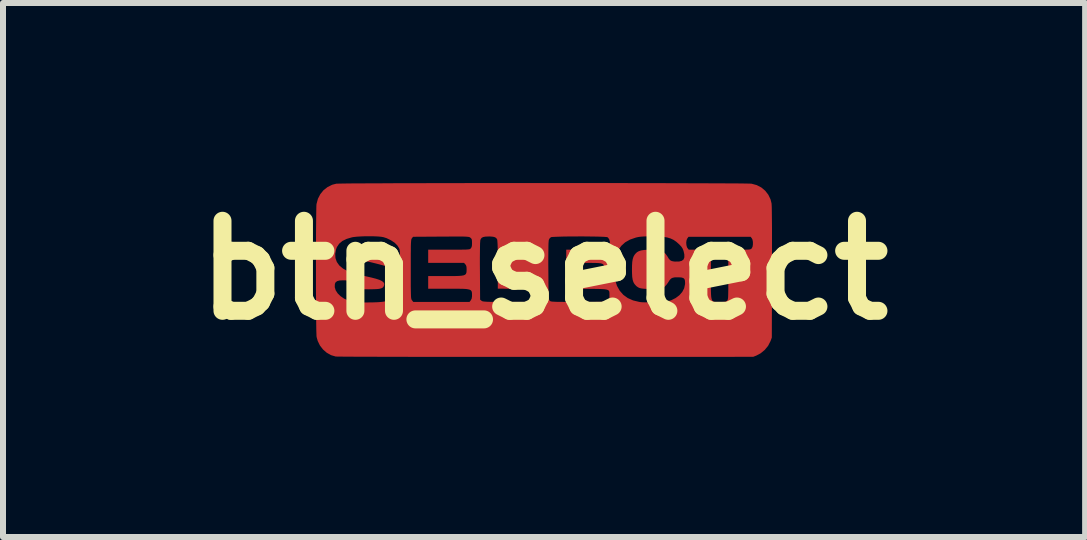
<source format=kicad_pcb>
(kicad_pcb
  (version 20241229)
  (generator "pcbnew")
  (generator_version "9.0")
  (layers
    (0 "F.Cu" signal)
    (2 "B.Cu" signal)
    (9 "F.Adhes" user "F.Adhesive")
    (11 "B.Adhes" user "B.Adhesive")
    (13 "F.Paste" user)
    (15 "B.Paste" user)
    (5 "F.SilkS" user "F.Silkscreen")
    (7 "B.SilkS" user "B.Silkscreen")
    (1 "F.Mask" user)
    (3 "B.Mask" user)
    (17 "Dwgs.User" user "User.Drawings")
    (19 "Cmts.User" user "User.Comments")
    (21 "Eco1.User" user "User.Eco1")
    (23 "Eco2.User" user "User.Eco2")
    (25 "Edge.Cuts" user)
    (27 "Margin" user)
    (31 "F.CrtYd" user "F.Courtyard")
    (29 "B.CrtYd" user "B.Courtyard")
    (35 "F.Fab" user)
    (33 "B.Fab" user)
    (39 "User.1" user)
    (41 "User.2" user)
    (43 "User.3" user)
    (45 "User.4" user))
  (footprint "btn_select"
    (layer "F.Cu")
    (at 6.014 1.45)
    (property "Reference" "btn_select" (at 0 0 0) (layer "F.SilkS") (effects (font (size 1.5 1.5) (thickness 0.3))))
    (attr board_only exclude_from_pos_files exclude_from_bom)
    (fp_poly (pts (xy 0.153 -1.45) (xy 0.382 -1.45) (xy 0.609 -1.45) (xy 0.834 -1.45) (xy 1.055 -1.45) (xy 1.272 -1.45) (xy 1.485 -1.449) (xy 1.691 -1.449) (xy 1.89 -1.449) (xy 2.082 -1.448) (xy 2.265 -1.448) (xy 2.438 -1.447) (xy 2.601 -1.447) (xy 2.753 -1.446) (xy 2.893 -1.446) (xy 3.019 -1.445) (xy 3.131 -1.444) (xy 3.228 -1.444) (xy 3.31 -1.443) (xy 3.375 -1.442) (xy 3.422 -1.441) (xy 3.451 -1.44) (xy 3.459 -1.439) (xy 3.544 -1.416) (xy 3.621 -1.376) (xy 3.685 -1.322) (xy 3.737 -1.255) (xy 3.774 -1.178) (xy 3.791 -1.109) (xy 3.792 -1.088) (xy 3.794 -1.048) (xy 3.795 -0.988) (xy 3.796 -0.911) (xy 3.797 -0.816) (xy 3.798 -0.705) (xy 3.798 -0.577) (xy 3.798 -0.434) (xy 3.798 -0.276) (xy 3.798 -0.104) (xy 3.798 0.04) (xy 3.795 1.125) (xy 3.773 1.184) (xy 3.733 1.262) (xy 3.677 1.33) (xy 3.609 1.386) (xy 3.54 1.423) (xy 3.485 1.445) (xy 0.03 1.446) (xy -0.232 1.446) (xy -0.489 1.446) (xy -0.741 1.446) (xy -0.986 1.446) (xy -1.224 1.446) (xy -1.454 1.446) (xy -1.676 1.446) (xy -1.888 1.446) (xy -2.09 1.446) (xy -2.282 1.445) (xy -2.462 1.445) (xy -2.629 1.445) (xy -2.784 1.444) (xy -2.925 1.444) (xy -3.051 1.443) (xy -3.163 1.443) (xy -3.258 1.442) (xy -3.337 1.442) (xy -3.398 1.441) (xy -3.441 1.441) (xy -3.466 1.44) (xy -3.471 1.44) (xy -3.549 1.417) (xy -3.62 1.377) (xy -3.683 1.322) (xy -3.734 1.256) (xy -3.771 1.18) (xy -3.789 1.115) (xy -3.791 1.096) (xy -3.792 1.059) (xy -3.794 1.005) (xy -3.795 0.935) (xy -3.796 0.853) (xy -3.797 0.758) (xy -3.798 0.654) (xy -3.799 0.54) (xy -3.799 0.42) (xy -3.8 0.295) (xy -3.8 0.284) (xy -3.487 0.284) (xy -3.471 0.337) (xy -3.438 0.388) (xy -3.391 0.434) (xy -3.332 0.475) (xy -3.261 0.507) (xy -3.233 0.516) (xy -3.204 0.524) (xy -3.177 0.53) (xy -3.148 0.534) (xy -3.113 0.537) (xy -3.069 0.538) (xy -3.011 0.539) (xy -2.95 0.539) (xy -2.852 0.538) (xy -2.77 0.535) (xy -2.705 0.53) (xy -2.666 0.525) (xy -2.575 0.502) (xy -2.5 0.468) (xy -2.443 0.423) (xy -2.402 0.367) (xy -2.378 0.301) (xy -2.371 0.226) (xy -2.378 0.157) (xy -2.401 0.098) (xy -2.439 0.048) (xy -2.494 0.003) (xy -2.527 -0.015) (xy -2.22 -0.015) (xy -2.22 0.097) (xy -2.22 0.19) (xy -2.22 0.268) (xy -2.219 0.33) (xy -2.218 0.379) (xy -2.217 0.417) (xy -2.216 0.445) (xy -2.214 0.466) (xy -2.211 0.48) (xy -2.208 0.49) (xy -2.204 0.498) (xy -2.199 0.504) (xy -2.179 0.53) (xy -1.71 0.53) (xy -1.241 0.53) (xy -1.221 0.504) (xy -1.206 0.476) (xy -1.2 0.438) (xy -1.2 0.424) (xy -1.2 0.396) (xy -1.202 0.372) (xy -1.207 0.354) (xy -1.217 0.339) (xy -1.234 0.328) (xy -1.26 0.321) (xy -1.297 0.315) (xy -1.346 0.312) (xy -1.409 0.311) (xy -1.489 0.31) (xy -1.587 0.31) (xy -1.6 0.31) (xy -1.93 0.31) (xy -1.93 0.205) (xy -1.93 0.1) (xy -1.645 0.1) (xy -1.551 0.1) (xy -1.476 0.099) (xy -1.416 0.097) (xy -1.371 0.093) (xy -1.338 0.087) (xy -1.316 0.077) (xy -1.302 0.064) (xy -1.294 0.046) (xy -1.291 0.023) (xy -1.29 -0.005) (xy -1.29 -0.018) (xy -1.292 -0.055) (xy -1.3 -0.08) (xy -1.312 -0.097) (xy -1.333 -0.12) (xy -1.632 -0.12) (xy -1.93 -0.12) (xy -1.93 -0.205) (xy -1.069 -0.205) (xy -1.069 -0.09) (xy -1.068 0.013) (xy -1.065 0.492) (xy -1.041 0.511) (xy -1.035 0.515) (xy -1.027 0.519) (xy -1.015 0.522) (xy -0.998 0.524) (xy -0.974 0.526) (xy -0.941 0.528) (xy -0.897 0.529) (xy -0.841 0.529) (xy -0.77 0.53) (xy -0.684 0.53) (xy -0.58 0.53) (xy -0.55 0.53) (xy -0.442 0.53) (xy -0.351 0.53) (xy -0.277 0.53) (xy -0.218 0.529) (xy -0.172 0.528) (xy -0.136 0.527) (xy -0.111 0.525) (xy -0.093 0.523) (xy -0.081 0.52) (xy -0.073 0.517) (xy -0.067 0.513) (xy -0.064 0.509) (xy -0.05 0.481) (xy -0.044 0.443) (xy -0.045 0.401) (xy -0.053 0.363) (xy -0.068 0.338) (xy -0.074 0.332) (xy -0.082 0.327) (xy -0.092 0.323) (xy -0.107 0.32) (xy -0.13 0.318) (xy -0.162 0.316) (xy -0.205 0.315) (xy -0.262 0.314) (xy -0.334 0.313) (xy -0.425 0.312) (xy -0.43 0.312) (xy -0.77 0.309) (xy -0.77 -0.084) (xy -0.77 -0.194) (xy -0.77 -0.205) (xy 0.071 -0.205) (xy 0.071 -0.09) (xy 0.072 0.011) (xy 0.073 0.122) (xy 0.073 0.214) (xy 0.074 0.289) (xy 0.075 0.35) (xy 0.076 0.397) (xy 0.078 0.434) (xy 0.08 0.46) (xy 0.082 0.479) (xy 0.085 0.492) (xy 0.088 0.501) (xy 0.093 0.507) (xy 0.094 0.509) (xy 0.099 0.514) (xy 0.105 0.518) (xy 0.114 0.521) (xy 0.127 0.524) (xy 0.147 0.526) (xy 0.175 0.527) (xy 0.214 0.529) (xy 0.263 0.529) (xy 0.327 0.53) (xy 0.405 0.53) (xy 0.501 0.53) (xy 0.582 0.53) (xy 0.691 0.53) (xy 0.781 0.53) (xy 0.855 0.53) (xy 0.915 0.529) (xy 0.962 0.528) (xy 0.997 0.527) (xy 1.023 0.525) (xy 1.041 0.523) (xy 1.053 0.52) (xy 1.062 0.517) (xy 1.067 0.512) (xy 1.07 0.51) (xy 1.081 0.494) (xy 1.087 0.473) (xy 1.09 0.439) (xy 1.09 0.422) (xy 1.09 0.394) (xy 1.089 0.372) (xy 1.086 0.355) (xy 1.078 0.341) (xy 1.063 0.331) (xy 1.04 0.324) (xy 1.007 0.319) (xy 0.962 0.316) (xy 0.903 0.314) (xy 0.828 0.313) (xy 0.735 0.312) (xy 0.709 0.312) (xy 0.37 0.309) (xy 0.37 0.205) (xy 0.37 0.101) (xy 0.664 0.098) (xy 0.755 0.097) (xy 0.828 0.096) (xy 0.884 0.094) (xy 0.927 0.091) (xy 0.958 0.085) (xy 0.978 0.077) (xy 0.991 0.065) (xy 0.997 0.049) (xy 1 0.028) (xy 1 0.002) (xy 1 -0.011) (xy 1.17 -0.011) (xy 1.172 0.06) (xy 1.178 0.125) (xy 1.185 0.168) (xy 1.216 0.264) (xy 1.262 0.345) (xy 1.322 0.413) (xy 1.395 0.466) (xy 1.483 0.505) (xy 1.586 0.53) (xy 1.605 0.533) (xy 1.636 0.536) (xy 1.682 0.537) (xy 1.738 0.538) (xy 1.799 0.538) (xy 1.861 0.538) (xy 1.92 0.536) (xy 1.972 0.534) (xy 2.011 0.532) (xy 2.032 0.529) (xy 2.118 0.503) (xy 2.192 0.466) (xy 2.255 0.419) (xy 2.303 0.364) (xy 2.335 0.302) (xy 2.349 0.235) (xy 2.35 0.217) (xy 2.348 0.176) (xy 2.339 0.149) (xy 2.32 0.132) (xy 2.288 0.123) (xy 2.24 0.12) (xy 2.227 0.12) (xy 2.178 0.121) (xy 2.143 0.128) (xy 2.117 0.141) (xy 2.093 0.166) (xy 2.068 0.205) (xy 2.066 0.208) (xy 2.042 0.242) (xy 2.014 0.273) (xy 1.994 0.29) (xy 1.979 0.299) (xy 1.965 0.306) (xy 1.948 0.31) (xy 1.924 0.313) (xy 1.889 0.314) (xy 1.842 0.315) (xy 1.791 0.314) (xy 1.72 0.314) (xy 1.665 0.311) (xy 1.624 0.306) (xy 1.592 0.299) (xy 1.567 0.287) (xy 1.544 0.271) (xy 1.531 0.259) (xy 1.507 0.232) (xy 1.489 0.201) (xy 1.477 0.163) (xy 1.469 0.113) (xy 1.466 0.05) (xy 1.465 0) (xy 1.466 -0.077) (xy 1.47 -0.138) (xy 1.478 -0.185) (xy 1.49 -0.222) (xy 1.507 -0.253) (xy 1.524 -0.274) (xy 1.549 -0.298) (xy 1.579 -0.315) (xy 1.616 -0.327) (xy 1.664 -0.335) (xy 1.726 -0.339) (xy 1.794 -0.34) (xy 1.85 -0.34) (xy 1.89 -0.339) (xy 1.918 -0.337) (xy 1.939 -0.333) (xy 1.955 -0.326) (xy 1.972 -0.316) (xy 1.982 -0.31) (xy 2.024 -0.272) (xy 2.053 -0.232) (xy 2.078 -0.191) (xy 2.101 -0.165) (xy 2.129 -0.15) (xy 2.167 -0.143) (xy 2.191 -0.142) (xy 2.252 -0.143) (xy 2.296 -0.155) (xy 2.325 -0.178) (xy 2.338 -0.214) (xy 2.337 -0.263) (xy 2.324 -0.32) (xy 2.31 -0.356) (xy 2.289 -0.389) (xy 2.255 -0.426) (xy 2.252 -0.429) (xy 2.217 -0.46) (xy 2.369 -0.46) (xy 2.372 -0.417) (xy 2.382 -0.38) (xy 2.391 -0.366) (xy 2.411 -0.34) (xy 2.596 -0.34) (xy 2.78 -0.34) (xy 2.78 0.069) (xy 2.78 0.177) (xy 2.78 0.267) (xy 2.78 0.34) (xy 2.782 0.399) (xy 2.785 0.444) (xy 2.791 0.477) (xy 2.799 0.501) (xy 2.811 0.517) (xy 2.826 0.525) (xy 2.846 0.53) (xy 2.871 0.531) (xy 2.901 0.53) (xy 2.926 0.53) (xy 2.974 0.53) (xy 3.006 0.528) (xy 3.028 0.524) (xy 3.042 0.517) (xy 3.05 0.51) (xy 3.055 0.504) (xy 3.059 0.497) (xy 3.062 0.487) (xy 3.065 0.471) (xy 3.067 0.447) (xy 3.068 0.415) (xy 3.069 0.372) (xy 3.07 0.315) (xy 3.07 0.244) (xy 3.07 0.157) (xy 3.07 0.075) (xy 3.07 -0.34) (xy 3.255 -0.34) (xy 3.32 -0.34) (xy 3.368 -0.341) (xy 3.402 -0.342) (xy 3.425 -0.344) (xy 3.44 -0.348) (xy 3.451 -0.353) (xy 3.459 -0.361) (xy 3.46 -0.362) (xy 3.474 -0.389) (xy 3.48 -0.427) (xy 3.48 -0.469) (xy 3.473 -0.507) (xy 3.461 -0.531) (xy 3.442 -0.555) (xy 2.925 -0.555) (xy 2.408 -0.555) (xy 2.389 -0.531) (xy 2.375 -0.501) (xy 2.369 -0.46) (xy 2.217 -0.46) (xy 2.206 -0.47) (xy 2.159 -0.503) (xy 2.108 -0.527) (xy 2.051 -0.544) (xy 1.983 -0.555) (xy 1.902 -0.561) (xy 1.805 -0.563) (xy 1.79 -0.563) (xy 1.718 -0.562) (xy 1.662 -0.56) (xy 1.618 -0.557) (xy 1.581 -0.553) (xy 1.547 -0.546) (xy 1.527 -0.541) (xy 1.432 -0.508) (xy 1.352 -0.463) (xy 1.288 -0.405) (xy 1.237 -0.333) (xy 1.2 -0.246) (xy 1.186 -0.199) (xy 1.177 -0.147) (xy 1.172 -0.082) (xy 1.17 -0.011) (xy 1 -0.011) (xy 1 -0.012) (xy 1 -0.041) (xy 0.999 -0.064) (xy 0.995 -0.083) (xy 0.985 -0.097) (xy 0.969 -0.106) (xy 0.943 -0.113) (xy 0.907 -0.117) (xy 0.857 -0.119) (xy 0.792 -0.12) (xy 0.71 -0.12) (xy 0.665 -0.12) (xy 0.37 -0.12) (xy 0.37 -0.23) (xy 0.37 -0.34) (xy 0.709 -0.34) (xy 0.806 -0.34) (xy 0.885 -0.34) (xy 0.947 -0.341) (xy 0.996 -0.344) (xy 1.032 -0.347) (xy 1.058 -0.353) (xy 1.075 -0.361) (xy 1.086 -0.371) (xy 1.092 -0.385) (xy 1.095 -0.402) (xy 1.097 -0.422) (xy 1.097 -0.471) (xy 1.086 -0.512) (xy 1.067 -0.54) (xy 1.054 -0.549) (xy 1.038 -0.551) (xy 1.004 -0.554) (xy 0.955 -0.556) (xy 0.894 -0.558) (xy 0.823 -0.559) (xy 0.745 -0.56) (xy 0.661 -0.561) (xy 0.576 -0.561) (xy 0.491 -0.56) (xy 0.408 -0.56) (xy 0.331 -0.559) (xy 0.262 -0.557) (xy 0.203 -0.555) (xy 0.157 -0.553) (xy 0.127 -0.551) (xy 0.115 -0.548) (xy 0.092 -0.527) (xy 0.079 -0.501) (xy 0.077 -0.48) (xy 0.074 -0.44) (xy 0.073 -0.381) (xy 0.072 -0.303) (xy 0.071 -0.205) (xy -0.77 -0.205) (xy -0.771 -0.288) (xy -0.772 -0.368) (xy -0.774 -0.43) (xy -0.777 -0.476) (xy -0.779 -0.502) (xy -0.78 -0.507) (xy -0.794 -0.531) (xy -0.816 -0.547) (xy -0.85 -0.556) (xy -0.899 -0.56) (xy -0.92 -0.56) (xy -0.975 -0.558) (xy -1.013 -0.551) (xy -1.039 -0.538) (xy -1.054 -0.517) (xy -1.061 -0.501) (xy -1.063 -0.481) (xy -1.066 -0.44) (xy -1.067 -0.381) (xy -1.068 -0.303) (xy -1.069 -0.205) (xy -1.93 -0.205) (xy -1.93 -0.23) (xy -1.93 -0.34) (xy -1.585 -0.34) (xy -1.493 -0.34) (xy -1.419 -0.34) (xy -1.361 -0.341) (xy -1.316 -0.341) (xy -1.283 -0.343) (xy -1.26 -0.345) (xy -1.244 -0.347) (xy -1.234 -0.351) (xy -1.227 -0.356) (xy -1.221 -0.361) (xy -1.22 -0.362) (xy -1.209 -0.379) (xy -1.202 -0.402) (xy -1.2 -0.437) (xy -1.2 -0.451) (xy -1.201 -0.488) (xy -1.204 -0.511) (xy -1.212 -0.526) (xy -1.227 -0.54) (xy -1.233 -0.544) (xy -1.241 -0.549) (xy -1.251 -0.552) (xy -1.266 -0.554) (xy -1.287 -0.556) (xy -1.316 -0.558) (xy -1.355 -0.559) (xy -1.405 -0.559) (xy -1.469 -0.559) (xy -1.548 -0.559) (xy -1.645 -0.558) (xy -1.718 -0.558) (xy -2.182 -0.555) (xy -2.201 -0.531) (xy -2.205 -0.525) (xy -2.209 -0.517) (xy -2.212 -0.506) (xy -2.214 -0.489) (xy -2.216 -0.466) (xy -2.218 -0.433) (xy -2.219 -0.391) (xy -2.219 -0.336) (xy -2.22 -0.267) (xy -2.22 -0.183) (xy -2.22 -0.082) (xy -2.22 -0.015) (xy -2.527 -0.015) (xy -2.553 -0.03) (xy -2.582 -0.044) (xy -2.613 -0.056) (xy -2.648 -0.069) (xy -2.69 -0.081) (xy -2.742 -0.095) (xy -2.805 -0.111) (xy -2.882 -0.13) (xy -2.976 -0.151) (xy -2.992 -0.155) (xy -3.069 -0.175) (xy -3.126 -0.196) (xy -3.165 -0.219) (xy -3.184 -0.244) (xy -3.186 -0.271) (xy -3.18 -0.287) (xy -3.168 -0.305) (xy -3.154 -0.318) (xy -3.134 -0.328) (xy -3.106 -0.334) (xy -3.067 -0.338) (xy -3.013 -0.339) (xy -2.943 -0.34) (xy -2.942 -0.34) (xy -2.869 -0.339) (xy -2.813 -0.337) (xy -2.771 -0.333) (xy -2.739 -0.325) (xy -2.715 -0.313) (xy -2.694 -0.295) (xy -2.674 -0.271) (xy -2.666 -0.26) (xy -2.637 -0.226) (xy -2.609 -0.206) (xy -2.593 -0.201) (xy -2.543 -0.192) (xy -2.495 -0.192) (xy -2.453 -0.201) (xy -2.422 -0.217) (xy -2.41 -0.23) (xy -2.402 -0.26) (xy -2.401 -0.299) (xy -2.406 -0.339) (xy -2.414 -0.363) (xy -2.444 -0.411) (xy -2.49 -0.457) (xy -2.551 -0.497) (xy -2.621 -0.531) (xy -2.673 -0.548) (xy -2.711 -0.555) (xy -2.765 -0.56) (xy -2.831 -0.563) (xy -2.903 -0.564) (xy -2.977 -0.564) (xy -3.05 -0.561) (xy -3.116 -0.557) (xy -3.172 -0.551) (xy -3.2 -0.546) (xy -3.288 -0.52) (xy -3.36 -0.485) (xy -3.414 -0.439) (xy -3.451 -0.383) (xy -3.464 -0.349) (xy -3.479 -0.271) (xy -3.475 -0.199) (xy -3.452 -0.135) (xy -3.411 -0.077) (xy -3.35 -0.026) (xy -3.272 0.017) (xy -3.19 0.049) (xy -3.157 0.058) (xy -3.11 0.071) (xy -3.053 0.084) (xy -2.993 0.098) (xy -2.965 0.104) (xy -2.873 0.125) (xy -2.8 0.144) (xy -2.744 0.162) (xy -2.704 0.181) (xy -2.678 0.2) (xy -2.664 0.22) (xy -2.662 0.243) (xy -2.666 0.258) (xy -2.676 0.279) (xy -2.691 0.294) (xy -2.715 0.305) (xy -2.749 0.313) (xy -2.796 0.317) (xy -2.858 0.319) (xy -2.92 0.32) (xy -2.998 0.319) (xy -3.059 0.316) (xy -3.105 0.311) (xy -3.14 0.303) (xy -3.165 0.291) (xy -3.185 0.276) (xy -3.195 0.263) (xy -3.215 0.238) (xy -3.24 0.209) (xy -3.247 0.203) (xy -3.264 0.186) (xy -3.281 0.176) (xy -3.302 0.171) (xy -3.336 0.17) (xy -3.349 0.17) (xy -3.407 0.173) (xy -3.447 0.184) (xy -3.473 0.204) (xy -3.485 0.231) (xy -3.487 0.284) (xy -3.8 0.284) (xy -3.8 0.166) (xy -3.8 0.035) (xy -3.8 -0.096) (xy -3.8 -0.227) (xy -3.8 -0.354) (xy -3.799 -0.476) (xy -3.799 -0.593) (xy -3.798 -0.702) (xy -3.797 -0.801) (xy -3.796 -0.889) (xy -3.795 -0.964) (xy -3.794 -1.025) (xy -3.793 -1.07) (xy -3.791 -1.098) (xy -3.79 -1.103) (xy -3.767 -1.189) (xy -3.727 -1.266) (xy -3.673 -1.332) (xy -3.606 -1.384) (xy -3.529 -1.422) (xy -3.459 -1.44) (xy -3.443 -1.44) (xy -3.408 -1.441) (xy -3.355 -1.442) (xy -3.284 -1.443) (xy -3.197 -1.444) (xy -3.095 -1.445) (xy -2.978 -1.445) (xy -2.847 -1.446) (xy -2.704 -1.446) (xy -2.548 -1.447) (xy -2.382 -1.448) (xy -2.205 -1.448) (xy -2.019 -1.448) (xy -1.824 -1.449) (xy -1.623 -1.449) (xy -1.414 -1.449) (xy -1.2 -1.45) (xy -0.981 -1.45) (xy -0.759 -1.45) (xy -0.533 -1.45) (xy -0.305 -1.45) (xy -0.076 -1.45)) (stroke (width 0) (type solid)) (fill yes) (layer "F.Cu"))
    (fp_poly (pts (xy 0.153 -1.45) (xy 0.382 -1.45) (xy 0.609 -1.45) (xy 0.834 -1.45) (xy 1.055 -1.45) (xy 1.272 -1.45) (xy 1.485 -1.449) (xy 1.691 -1.449) (xy 1.89 -1.449) (xy 2.082 -1.448) (xy 2.265 -1.448) (xy 2.438 -1.447) (xy 2.601 -1.447) (xy 2.753 -1.446) (xy 2.893 -1.446) (xy 3.019 -1.445) (xy 3.131 -1.444) (xy 3.228 -1.444) (xy 3.31 -1.443) (xy 3.375 -1.442) (xy 3.422 -1.441) (xy 3.451 -1.44) (xy 3.459 -1.439) (xy 3.544 -1.416) (xy 3.621 -1.376) (xy 3.685 -1.322) (xy 3.737 -1.255) (xy 3.774 -1.178) (xy 3.791 -1.109) (xy 3.792 -1.088) (xy 3.794 -1.048) (xy 3.795 -0.988) (xy 3.796 -0.911) (xy 3.797 -0.816) (xy 3.798 -0.705) (xy 3.798 -0.577) (xy 3.798 -0.434) (xy 3.798 -0.276) (xy 3.798 -0.104) (xy 3.798 0.04) (xy 3.795 1.125) (xy 3.773 1.184) (xy 3.733 1.262) (xy 3.677 1.33) (xy 3.609 1.386) (xy 3.54 1.423) (xy 3.485 1.445) (xy 0.03 1.446) (xy -0.232 1.446) (xy -0.489 1.446) (xy -0.741 1.446) (xy -0.986 1.446) (xy -1.224 1.446) (xy -1.454 1.446) (xy -1.676 1.446) (xy -1.888 1.446) (xy -2.09 1.446) (xy -2.282 1.445) (xy -2.462 1.445) (xy -2.629 1.445) (xy -2.784 1.444) (xy -2.925 1.444) (xy -3.051 1.443) (xy -3.163 1.443) (xy -3.258 1.442) (xy -3.337 1.442) (xy -3.398 1.441) (xy -3.441 1.441) (xy -3.466 1.44) (xy -3.471 1.44) (xy -3.549 1.417) (xy -3.62 1.377) (xy -3.683 1.322) (xy -3.734 1.256) (xy -3.771 1.18) (xy -3.789 1.115) (xy -3.791 1.096) (xy -3.792 1.059) (xy -3.794 1.005) (xy -3.795 0.935) (xy -3.796 0.853) (xy -3.797 0.758) (xy -3.798 0.654) (xy -3.799 0.54) (xy -3.799 0.42) (xy -3.8 0.295) (xy -3.8 0.284) (xy -3.487 0.284) (xy -3.471 0.337) (xy -3.438 0.388) (xy -3.391 0.434) (xy -3.332 0.475) (xy -3.261 0.507) (xy -3.233 0.516) (xy -3.204 0.524) (xy -3.177 0.53) (xy -3.148 0.534) (xy -3.113 0.537) (xy -3.069 0.538) (xy -3.011 0.539) (xy -2.95 0.539) (xy -2.852 0.538) (xy -2.77 0.535) (xy -2.705 0.53) (xy -2.666 0.525) (xy -2.575 0.502) (xy -2.5 0.468) (xy -2.443 0.423) (xy -2.402 0.367) (xy -2.378 0.301) (xy -2.371 0.226) (xy -2.378 0.157) (xy -2.401 0.098) (xy -2.439 0.048) (xy -2.494 0.003) (xy -2.527 -0.015) (xy -2.22 -0.015) (xy -2.22 0.097) (xy -2.22 0.19) (xy -2.22 0.268) (xy -2.219 0.33) (xy -2.218 0.379) (xy -2.217 0.417) (xy -2.216 0.445) (xy -2.214 0.466) (xy -2.211 0.48) (xy -2.208 0.49) (xy -2.204 0.498) (xy -2.199 0.504) (xy -2.179 0.53) (xy -1.71 0.53) (xy -1.241 0.53) (xy -1.221 0.504) (xy -1.206 0.476) (xy -1.2 0.438) (xy -1.2 0.424) (xy -1.2 0.396) (xy -1.202 0.372) (xy -1.207 0.354) (xy -1.217 0.339) (xy -1.234 0.328) (xy -1.26 0.321) (xy -1.297 0.315) (xy -1.346 0.312) (xy -1.409 0.311) (xy -1.489 0.31) (xy -1.587 0.31) (xy -1.6 0.31) (xy -1.93 0.31) (xy -1.93 0.205) (xy -1.93 0.1) (xy -1.645 0.1) (xy -1.551 0.1) (xy -1.476 0.099) (xy -1.416 0.097) (xy -1.371 0.093) (xy -1.338 0.087) (xy -1.316 0.077) (xy -1.302 0.064) (xy -1.294 0.046) (xy -1.291 0.023) (xy -1.29 -0.005) (xy -1.29 -0.018) (xy -1.292 -0.055) (xy -1.3 -0.08) (xy -1.312 -0.097) (xy -1.333 -0.12) (xy -1.632 -0.12) (xy -1.93 -0.12) (xy -1.93 -0.205) (xy -1.069 -0.205) (xy -1.069 -0.09) (xy -1.068 0.013) (xy -1.065 0.492) (xy -1.041 0.511) (xy -1.035 0.515) (xy -1.027 0.519) (xy -1.015 0.522) (xy -0.998 0.524) (xy -0.974 0.526) (xy -0.941 0.528) (xy -0.897 0.529) (xy -0.841 0.529) (xy -0.77 0.53) (xy -0.684 0.53) (xy -0.58 0.53) (xy -0.55 0.53) (xy -0.442 0.53) (xy -0.351 0.53) (xy -0.277 0.53) (xy -0.218 0.529) (xy -0.172 0.528) (xy -0.136 0.527) (xy -0.111 0.525) (xy -0.093 0.523) (xy -0.081 0.52) (xy -0.073 0.517) (xy -0.067 0.513) (xy -0.064 0.509) (xy -0.05 0.481) (xy -0.044 0.443) (xy -0.045 0.401) (xy -0.053 0.363) (xy -0.068 0.338) (xy -0.074 0.332) (xy -0.082 0.327) (xy -0.092 0.323) (xy -0.107 0.32) (xy -0.13 0.318) (xy -0.162 0.316) (xy -0.205 0.315) (xy -0.262 0.314) (xy -0.334 0.313) (xy -0.425 0.312) (xy -0.43 0.312) (xy -0.77 0.309) (xy -0.77 -0.084) (xy -0.77 -0.194) (xy -0.77 -0.205) (xy 0.071 -0.205) (xy 0.071 -0.09) (xy 0.072 0.011) (xy 0.073 0.122) (xy 0.073 0.214) (xy 0.074 0.289) (xy 0.075 0.35) (xy 0.076 0.397) (xy 0.078 0.434) (xy 0.08 0.46) (xy 0.082 0.479) (xy 0.085 0.492) (xy 0.088 0.501) (xy 0.093 0.507) (xy 0.094 0.509) (xy 0.099 0.514) (xy 0.105 0.518) (xy 0.114 0.521) (xy 0.127 0.524) (xy 0.147 0.526) (xy 0.175 0.527) (xy 0.214 0.529) (xy 0.263 0.529) (xy 0.327 0.53) (xy 0.405 0.53) (xy 0.501 0.53) (xy 0.582 0.53) (xy 0.691 0.53) (xy 0.781 0.53) (xy 0.855 0.53) (xy 0.915 0.529) (xy 0.962 0.528) (xy 0.997 0.527) (xy 1.023 0.525) (xy 1.041 0.523) (xy 1.053 0.52) (xy 1.062 0.517) (xy 1.067 0.512) (xy 1.07 0.51) (xy 1.081 0.494) (xy 1.087 0.473) (xy 1.09 0.439) (xy 1.09 0.422) (xy 1.09 0.394) (xy 1.089 0.372) (xy 1.086 0.355) (xy 1.078 0.341) (xy 1.063 0.331) (xy 1.04 0.324) (xy 1.007 0.319) (xy 0.962 0.316) (xy 0.903 0.314) (xy 0.828 0.313) (xy 0.735 0.312) (xy 0.709 0.312) (xy 0.37 0.309) (xy 0.37 0.205) (xy 0.37 0.101) (xy 0.664 0.098) (xy 0.755 0.097) (xy 0.828 0.096) (xy 0.884 0.094) (xy 0.927 0.091) (xy 0.958 0.085) (xy 0.978 0.077) (xy 0.991 0.065) (xy 0.997 0.049) (xy 1 0.028) (xy 1 0.002) (xy 1 -0.011) (xy 1.17 -0.011) (xy 1.172 0.06) (xy 1.178 0.125) (xy 1.185 0.168) (xy 1.216 0.264) (xy 1.262 0.345) (xy 1.322 0.413) (xy 1.395 0.466) (xy 1.483 0.505) (xy 1.586 0.53) (xy 1.605 0.533) (xy 1.636 0.536) (xy 1.682 0.537) (xy 1.738 0.538) (xy 1.799 0.538) (xy 1.861 0.538) (xy 1.92 0.536) (xy 1.972 0.534) (xy 2.011 0.532) (xy 2.032 0.529) (xy 2.118 0.503) (xy 2.192 0.466) (xy 2.255 0.419) (xy 2.303 0.364) (xy 2.335 0.302) (xy 2.349 0.235) (xy 2.35 0.217) (xy 2.348 0.176) (xy 2.339 0.149) (xy 2.32 0.132) (xy 2.288 0.123) (xy 2.24 0.12) (xy 2.227 0.12) (xy 2.178 0.121) (xy 2.143 0.128) (xy 2.117 0.141) (xy 2.093 0.166) (xy 2.068 0.205) (xy 2.066 0.208) (xy 2.042 0.242) (xy 2.014 0.273) (xy 1.994 0.29) (xy 1.979 0.299) (xy 1.965 0.306) (xy 1.948 0.31) (xy 1.924 0.313) (xy 1.889 0.314) (xy 1.842 0.315) (xy 1.791 0.314) (xy 1.72 0.314) (xy 1.665 0.311) (xy 1.624 0.306) (xy 1.592 0.299) (xy 1.567 0.287) (xy 1.544 0.271) (xy 1.531 0.259) (xy 1.507 0.232) (xy 1.489 0.201) (xy 1.477 0.163) (xy 1.469 0.113) (xy 1.466 0.05) (xy 1.465 0) (xy 1.466 -0.077) (xy 1.47 -0.138) (xy 1.478 -0.185) (xy 1.49 -0.222) (xy 1.507 -0.253) (xy 1.524 -0.274) (xy 1.549 -0.298) (xy 1.579 -0.315) (xy 1.616 -0.327) (xy 1.664 -0.335) (xy 1.726 -0.339) (xy 1.794 -0.34) (xy 1.85 -0.34) (xy 1.89 -0.339) (xy 1.918 -0.337) (xy 1.939 -0.333) (xy 1.955 -0.326) (xy 1.972 -0.316) (xy 1.982 -0.31) (xy 2.024 -0.272) (xy 2.053 -0.232) (xy 2.078 -0.191) (xy 2.101 -0.165) (xy 2.129 -0.15) (xy 2.167 -0.143) (xy 2.191 -0.142) (xy 2.252 -0.143) (xy 2.296 -0.155) (xy 2.325 -0.178) (xy 2.338 -0.214) (xy 2.337 -0.263) (xy 2.324 -0.32) (xy 2.31 -0.356) (xy 2.289 -0.389) (xy 2.255 -0.426) (xy 2.252 -0.429) (xy 2.217 -0.46) (xy 2.369 -0.46) (xy 2.372 -0.417) (xy 2.382 -0.38) (xy 2.391 -0.366) (xy 2.411 -0.34) (xy 2.596 -0.34) (xy 2.78 -0.34) (xy 2.78 0.069) (xy 2.78 0.177) (xy 2.78 0.267) (xy 2.78 0.34) (xy 2.782 0.399) (xy 2.785 0.444) (xy 2.791 0.477) (xy 2.799 0.501) (xy 2.811 0.517) (xy 2.826 0.525) (xy 2.846 0.53) (xy 2.871 0.531) (xy 2.901 0.53) (xy 2.926 0.53) (xy 2.974 0.53) (xy 3.006 0.528) (xy 3.028 0.524) (xy 3.042 0.517) (xy 3.05 0.51) (xy 3.055 0.504) (xy 3.059 0.497) (xy 3.062 0.487) (xy 3.065 0.471) (xy 3.067 0.447) (xy 3.068 0.415) (xy 3.069 0.372) (xy 3.07 0.315) (xy 3.07 0.244) (xy 3.07 0.157) (xy 3.07 0.075) (xy 3.07 -0.34) (xy 3.255 -0.34) (xy 3.32 -0.34) (xy 3.368 -0.341) (xy 3.402 -0.342) (xy 3.425 -0.344) (xy 3.44 -0.348) (xy 3.451 -0.353) (xy 3.459 -0.361) (xy 3.46 -0.362) (xy 3.474 -0.389) (xy 3.48 -0.427) (xy 3.48 -0.469) (xy 3.473 -0.507) (xy 3.461 -0.531) (xy 3.442 -0.555) (xy 2.925 -0.555) (xy 2.408 -0.555) (xy 2.389 -0.531) (xy 2.375 -0.501) (xy 2.369 -0.46) (xy 2.217 -0.46) (xy 2.206 -0.47) (xy 2.159 -0.503) (xy 2.108 -0.527) (xy 2.051 -0.544) (xy 1.983 -0.555) (xy 1.902 -0.561) (xy 1.805 -0.563) (xy 1.79 -0.563) (xy 1.718 -0.562) (xy 1.662 -0.56) (xy 1.618 -0.557) (xy 1.581 -0.553) (xy 1.547 -0.546) (xy 1.527 -0.541) (xy 1.432 -0.508) (xy 1.352 -0.463) (xy 1.288 -0.405) (xy 1.237 -0.333) (xy 1.2 -0.246) (xy 1.186 -0.199) (xy 1.177 -0.147) (xy 1.172 -0.082) (xy 1.17 -0.011) (xy 1 -0.011) (xy 1 -0.012) (xy 1 -0.041) (xy 0.999 -0.064) (xy 0.995 -0.083) (xy 0.985 -0.097) (xy 0.969 -0.106) (xy 0.943 -0.113) (xy 0.907 -0.117) (xy 0.857 -0.119) (xy 0.792 -0.12) (xy 0.71 -0.12) (xy 0.665 -0.12) (xy 0.37 -0.12) (xy 0.37 -0.23) (xy 0.37 -0.34) (xy 0.709 -0.34) (xy 0.806 -0.34) (xy 0.885 -0.34) (xy 0.947 -0.341) (xy 0.996 -0.344) (xy 1.032 -0.347) (xy 1.058 -0.353) (xy 1.075 -0.361) (xy 1.086 -0.371) (xy 1.092 -0.385) (xy 1.095 -0.402) (xy 1.097 -0.422) (xy 1.097 -0.471) (xy 1.086 -0.512) (xy 1.067 -0.54) (xy 1.054 -0.549) (xy 1.038 -0.551) (xy 1.004 -0.554) (xy 0.955 -0.556) (xy 0.894 -0.558) (xy 0.823 -0.559) (xy 0.745 -0.56) (xy 0.661 -0.561) (xy 0.576 -0.561) (xy 0.491 -0.56) (xy 0.408 -0.56) (xy 0.331 -0.559) (xy 0.262 -0.557) (xy 0.203 -0.555) (xy 0.157 -0.553) (xy 0.127 -0.551) (xy 0.115 -0.548) (xy 0.092 -0.527) (xy 0.079 -0.501) (xy 0.077 -0.48) (xy 0.074 -0.44) (xy 0.073 -0.381) (xy 0.072 -0.303) (xy 0.071 -0.205) (xy -0.77 -0.205) (xy -0.771 -0.288) (xy -0.772 -0.368) (xy -0.774 -0.43) (xy -0.777 -0.476) (xy -0.779 -0.502) (xy -0.78 -0.507) (xy -0.794 -0.531) (xy -0.816 -0.547) (xy -0.85 -0.556) (xy -0.899 -0.56) (xy -0.92 -0.56) (xy -0.975 -0.558) (xy -1.013 -0.551) (xy -1.039 -0.538) (xy -1.054 -0.517) (xy -1.061 -0.501) (xy -1.063 -0.481) (xy -1.066 -0.44) (xy -1.067 -0.381) (xy -1.068 -0.303) (xy -1.069 -0.205) (xy -1.93 -0.205) (xy -1.93 -0.23) (xy -1.93 -0.34) (xy -1.585 -0.34) (xy -1.493 -0.34) (xy -1.419 -0.34) (xy -1.361 -0.341) (xy -1.316 -0.341) (xy -1.283 -0.343) (xy -1.26 -0.345) (xy -1.244 -0.347) (xy -1.234 -0.351) (xy -1.227 -0.356) (xy -1.221 -0.361) (xy -1.22 -0.362) (xy -1.209 -0.379) (xy -1.202 -0.402) (xy -1.2 -0.437) (xy -1.2 -0.451) (xy -1.201 -0.488) (xy -1.204 -0.511) (xy -1.212 -0.526) (xy -1.227 -0.54) (xy -1.233 -0.544) (xy -1.241 -0.549) (xy -1.251 -0.552) (xy -1.266 -0.554) (xy -1.287 -0.556) (xy -1.316 -0.558) (xy -1.355 -0.559) (xy -1.405 -0.559) (xy -1.469 -0.559) (xy -1.548 -0.559) (xy -1.645 -0.558) (xy -1.718 -0.558) (xy -2.182 -0.555) (xy -2.201 -0.531) (xy -2.205 -0.525) (xy -2.209 -0.517) (xy -2.212 -0.506) (xy -2.214 -0.489) (xy -2.216 -0.466) (xy -2.218 -0.433) (xy -2.219 -0.391) (xy -2.219 -0.336) (xy -2.22 -0.267) (xy -2.22 -0.183) (xy -2.22 -0.082) (xy -2.22 -0.015) (xy -2.527 -0.015) (xy -2.553 -0.03) (xy -2.582 -0.044) (xy -2.613 -0.056) (xy -2.648 -0.069) (xy -2.69 -0.081) (xy -2.742 -0.095) (xy -2.805 -0.111) (xy -2.882 -0.13) (xy -2.976 -0.151) (xy -2.992 -0.155) (xy -3.069 -0.175) (xy -3.126 -0.196) (xy -3.165 -0.219) (xy -3.184 -0.244) (xy -3.186 -0.271) (xy -3.18 -0.287) (xy -3.168 -0.305) (xy -3.154 -0.318) (xy -3.134 -0.328) (xy -3.106 -0.334) (xy -3.067 -0.338) (xy -3.013 -0.339) (xy -2.943 -0.34) (xy -2.942 -0.34) (xy -2.869 -0.339) (xy -2.813 -0.337) (xy -2.771 -0.333) (xy -2.739 -0.325) (xy -2.715 -0.313) (xy -2.694 -0.295) (xy -2.674 -0.271) (xy -2.666 -0.26) (xy -2.637 -0.226) (xy -2.609 -0.206) (xy -2.593 -0.201) (xy -2.543 -0.192) (xy -2.495 -0.192) (xy -2.453 -0.201) (xy -2.422 -0.217) (xy -2.41 -0.23) (xy -2.402 -0.26) (xy -2.401 -0.299) (xy -2.406 -0.339) (xy -2.414 -0.363) (xy -2.444 -0.411) (xy -2.49 -0.457) (xy -2.551 -0.497) (xy -2.621 -0.531) (xy -2.673 -0.548) (xy -2.711 -0.555) (xy -2.765 -0.56) (xy -2.831 -0.563) (xy -2.903 -0.564) (xy -2.977 -0.564) (xy -3.05 -0.561) (xy -3.116 -0.557) (xy -3.172 -0.551) (xy -3.2 -0.546) (xy -3.288 -0.52) (xy -3.36 -0.485) (xy -3.414 -0.439) (xy -3.451 -0.383) (xy -3.464 -0.349) (xy -3.479 -0.271) (xy -3.475 -0.199) (xy -3.452 -0.135) (xy -3.411 -0.077) (xy -3.35 -0.026) (xy -3.272 0.017) (xy -3.19 0.049) (xy -3.157 0.058) (xy -3.11 0.071) (xy -3.053 0.084) (xy -2.993 0.098) (xy -2.965 0.104) (xy -2.873 0.125) (xy -2.8 0.144) (xy -2.744 0.162) (xy -2.704 0.181) (xy -2.678 0.2) (xy -2.664 0.22) (xy -2.662 0.243) (xy -2.666 0.258) (xy -2.676 0.279) (xy -2.691 0.294) (xy -2.715 0.305) (xy -2.749 0.313) (xy -2.796 0.317) (xy -2.858 0.319) (xy -2.92 0.32) (xy -2.998 0.319) (xy -3.059 0.316) (xy -3.105 0.311) (xy -3.14 0.303) (xy -3.165 0.291) (xy -3.185 0.276) (xy -3.195 0.263) (xy -3.215 0.238) (xy -3.24 0.209) (xy -3.247 0.203) (xy -3.264 0.186) (xy -3.281 0.176) (xy -3.302 0.171) (xy -3.336 0.17) (xy -3.349 0.17) (xy -3.407 0.173) (xy -3.447 0.184) (xy -3.473 0.204) (xy -3.485 0.231) (xy -3.487 0.284) (xy -3.8 0.284) (xy -3.8 0.166) (xy -3.8 0.035) (xy -3.8 -0.096) (xy -3.8 -0.227) (xy -3.8 -0.354) (xy -3.799 -0.476) (xy -3.799 -0.593) (xy -3.798 -0.702) (xy -3.797 -0.801) (xy -3.796 -0.889) (xy -3.795 -0.964) (xy -3.794 -1.025) (xy -3.793 -1.07) (xy -3.791 -1.098) (xy -3.79 -1.103) (xy -3.767 -1.189) (xy -3.727 -1.266) (xy -3.673 -1.332) (xy -3.606 -1.384) (xy -3.529 -1.422) (xy -3.459 -1.44) (xy -3.443 -1.44) (xy -3.408 -1.441) (xy -3.355 -1.442) (xy -3.284 -1.443) (xy -3.197 -1.444) (xy -3.095 -1.445) (xy -2.978 -1.445) (xy -2.847 -1.446) (xy -2.704 -1.446) (xy -2.548 -1.447) (xy -2.382 -1.448) (xy -2.205 -1.448) (xy -2.019 -1.448) (xy -1.824 -1.449) (xy -1.623 -1.449) (xy -1.414 -1.449) (xy -1.2 -1.45) (xy -0.981 -1.45) (xy -0.759 -1.45) (xy -0.533 -1.45) (xy -0.305 -1.45) (xy -0.076 -1.45)) (stroke (width 0) (type solid)) (fill yes) (layer "F.Mask")))
  (gr_rect
    (start -3 -3)
    (end 15.029 5.897)
    (stroke (width 0.1) (type default))
    (fill no)
    (layer "Edge.Cuts")))
</source>
